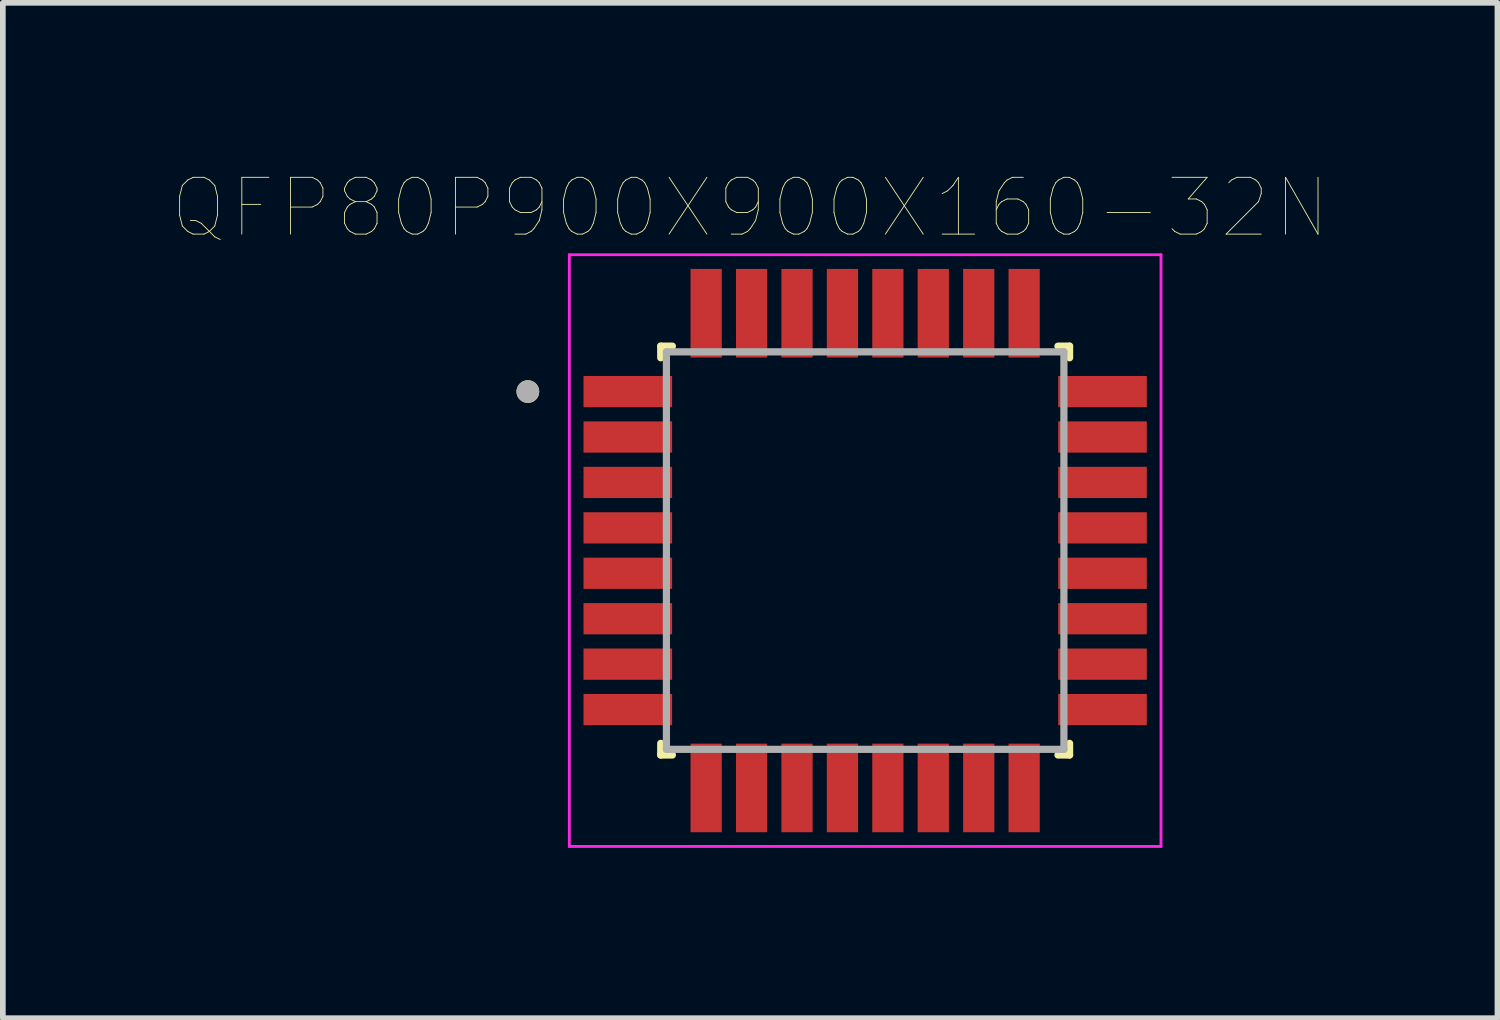
<source format=kicad_pcb>
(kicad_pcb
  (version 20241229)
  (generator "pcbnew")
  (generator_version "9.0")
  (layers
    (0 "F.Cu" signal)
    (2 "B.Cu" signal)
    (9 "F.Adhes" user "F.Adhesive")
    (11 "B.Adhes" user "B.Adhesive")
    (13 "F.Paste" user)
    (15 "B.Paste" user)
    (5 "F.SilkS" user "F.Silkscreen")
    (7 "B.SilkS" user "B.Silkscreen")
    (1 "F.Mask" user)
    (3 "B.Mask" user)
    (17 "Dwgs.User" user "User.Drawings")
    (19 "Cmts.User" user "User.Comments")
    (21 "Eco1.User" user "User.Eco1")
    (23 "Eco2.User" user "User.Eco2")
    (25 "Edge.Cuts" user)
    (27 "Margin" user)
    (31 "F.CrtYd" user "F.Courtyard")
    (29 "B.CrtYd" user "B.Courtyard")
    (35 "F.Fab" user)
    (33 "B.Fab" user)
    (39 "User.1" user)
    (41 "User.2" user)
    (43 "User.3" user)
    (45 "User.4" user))
  (footprint "QFP80P900X900X160-32N"
    (layer "F.Cu")
    (at 12.186 6.646)
    (property "Reference" "QFP80P900X900X160-32N" (at -2.025 -6.035 0) (layer "F.SilkS") (effects (font (size 1 1) (thickness 0.015))))
    (attr through_hole)
    (fp_line (start -3.6 -3.6) (end -3.6 -3.395) (stroke (width 0.127) (type solid)) (layer "F.SilkS"))
    (fp_line (start -3.6 -3.6) (end -3.395 -3.6) (stroke (width 0.127) (type solid)) (layer "F.SilkS"))
    (fp_line (start -3.6 3.6) (end -3.6 3.395) (stroke (width 0.127) (type solid)) (layer "F.SilkS"))
    (fp_line (start -3.6 3.6) (end -3.395 3.6) (stroke (width 0.127) (type solid)) (layer "F.SilkS"))
    (fp_line (start 3.6 -3.6) (end 3.395 -3.6) (stroke (width 0.127) (type solid)) (layer "F.SilkS"))
    (fp_line (start 3.6 -3.6) (end 3.6 -3.395) (stroke (width 0.127) (type solid)) (layer "F.SilkS"))
    (fp_line (start 3.6 3.6) (end 3.395 3.6) (stroke (width 0.127) (type solid)) (layer "F.SilkS"))
    (fp_line (start 3.6 3.6) (end 3.6 3.395) (stroke (width 0.127) (type solid)) (layer "F.SilkS"))
    (fp_circle (center -5.94 -2.8) (end -5.84 -2.8) (stroke (width 0.2) (type solid)) (fill no) (layer "F.SilkS"))
    (fp_line (start -5.21 -5.21) (end 5.21 -5.21) (stroke (width 0.05) (type solid)) (layer "F.CrtYd"))
    (fp_line (start -5.21 5.21) (end -5.21 -5.21) (stroke (width 0.05) (type solid)) (layer "F.CrtYd"))
    (fp_line (start -5.21 5.21) (end 5.21 5.21) (stroke (width 0.05) (type solid)) (layer "F.CrtYd"))
    (fp_line (start 5.21 5.21) (end 5.21 -5.21) (stroke (width 0.05) (type solid)) (layer "F.CrtYd"))
    (fp_line (start -3.5 3.5) (end -3.5 -3.5) (stroke (width 0.127) (type solid)) (layer "F.Fab"))
    (fp_line (start 3.5 -3.5) (end -3.5 -3.5) (stroke (width 0.127) (type solid)) (layer "F.Fab"))
    (fp_line (start 3.5 3.5) (end -3.5 3.5) (stroke (width 0.127) (type solid)) (layer "F.Fab"))
    (fp_line (start 3.5 3.5) (end 3.5 -3.5) (stroke (width 0.127) (type solid)) (layer "F.Fab"))
    (fp_circle (center -5.94 -2.8) (end -5.84 -2.8) (stroke (width 0.2) (type solid)) (fill no) (layer "F.Fab"))
    (pad "1" smd rect (at -4.18 -2.8) (size 1.56 0.55) (layers "F.Cu" "F.Mask" "F.Paste"))
    (pad "2" smd rect (at -4.18 -2) (size 1.56 0.55) (layers "F.Cu" "F.Mask" "F.Paste"))
    (pad "3" smd rect (at -4.18 -1.2) (size 1.56 0.55) (layers "F.Cu" "F.Mask" "F.Paste"))
    (pad "4" smd rect (at -4.18 -0.4) (size 1.56 0.55) (layers "F.Cu" "F.Mask" "F.Paste"))
    (pad "5" smd rect (at -4.18 0.4) (size 1.56 0.55) (layers "F.Cu" "F.Mask" "F.Paste"))
    (pad "6" smd rect (at -4.18 1.2) (size 1.56 0.55) (layers "F.Cu" "F.Mask" "F.Paste"))
    (pad "7" smd rect (at -4.18 2) (size 1.56 0.55) (layers "F.Cu" "F.Mask" "F.Paste"))
    (pad "8" smd rect (at -4.18 2.8) (size 1.56 0.55) (layers "F.Cu" "F.Mask" "F.Paste"))
    (pad "9" smd rect (at -2.8 4.18) (size 0.55 1.56) (layers "F.Cu" "F.Mask" "F.Paste"))
    (pad "10" smd rect (at -2 4.18) (size 0.55 1.56) (layers "F.Cu" "F.Mask" "F.Paste"))
    (pad "11" smd rect (at -1.2 4.18) (size 0.55 1.56) (layers "F.Cu" "F.Mask" "F.Paste"))
    (pad "12" smd rect (at -0.4 4.18) (size 0.55 1.56) (layers "F.Cu" "F.Mask" "F.Paste"))
    (pad "13" smd rect (at 0.4 4.18) (size 0.55 1.56) (layers "F.Cu" "F.Mask" "F.Paste"))
    (pad "14" smd rect (at 1.2 4.18) (size 0.55 1.56) (layers "F.Cu" "F.Mask" "F.Paste"))
    (pad "15" smd rect (at 2 4.18) (size 0.55 1.56) (layers "F.Cu" "F.Mask" "F.Paste"))
    (pad "16" smd rect (at 2.8 4.18) (size 0.55 1.56) (layers "F.Cu" "F.Mask" "F.Paste"))
    (pad "17" smd rect (at 4.18 2.8) (size 1.56 0.55) (layers "F.Cu" "F.Mask" "F.Paste"))
    (pad "18" smd rect (at 4.18 2) (size 1.56 0.55) (layers "F.Cu" "F.Mask" "F.Paste"))
    (pad "19" smd rect (at 4.18 1.2) (size 1.56 0.55) (layers "F.Cu" "F.Mask" "F.Paste"))
    (pad "20" smd rect (at 4.18 0.4) (size 1.56 0.55) (layers "F.Cu" "F.Mask" "F.Paste"))
    (pad "21" smd rect (at 4.18 -0.4) (size 1.56 0.55) (layers "F.Cu" "F.Mask" "F.Paste"))
    (pad "22" smd rect (at 4.18 -1.2) (size 1.56 0.55) (layers "F.Cu" "F.Mask" "F.Paste"))
    (pad "23" smd rect (at 4.18 -2) (size 1.56 0.55) (layers "F.Cu" "F.Mask" "F.Paste"))
    (pad "24" smd rect (at 4.18 -2.8) (size 1.56 0.55) (layers "F.Cu" "F.Mask" "F.Paste"))
    (pad "25" smd rect (at 2.8 -4.18) (size 0.55 1.56) (layers "F.Cu" "F.Mask" "F.Paste"))
    (pad "26" smd rect (at 2 -4.18) (size 0.55 1.56) (layers "F.Cu" "F.Mask" "F.Paste"))
    (pad "27" smd rect (at 1.2 -4.18) (size 0.55 1.56) (layers "F.Cu" "F.Mask" "F.Paste"))
    (pad "28" smd rect (at 0.4 -4.18) (size 0.55 1.56) (layers "F.Cu" "F.Mask" "F.Paste"))
    (pad "29" smd rect (at -0.4 -4.18) (size 0.55 1.56) (layers "F.Cu" "F.Mask" "F.Paste"))
    (pad "30" smd rect (at -1.2 -4.18) (size 0.55 1.56) (layers "F.Cu" "F.Mask" "F.Paste"))
    (pad "31" smd rect (at -2 -4.18) (size 0.55 1.56) (layers "F.Cu" "F.Mask" "F.Paste"))
    (pad "32" smd rect (at -2.8 -4.18) (size 0.55 1.56) (layers "F.Cu" "F.Mask" "F.Paste")))
  (gr_rect
    (start -3 -3)
    (end 23.321 14.881)
    (stroke (width 0.1) (type default))
    (fill no)
    (layer "Edge.Cuts")))
</source>
